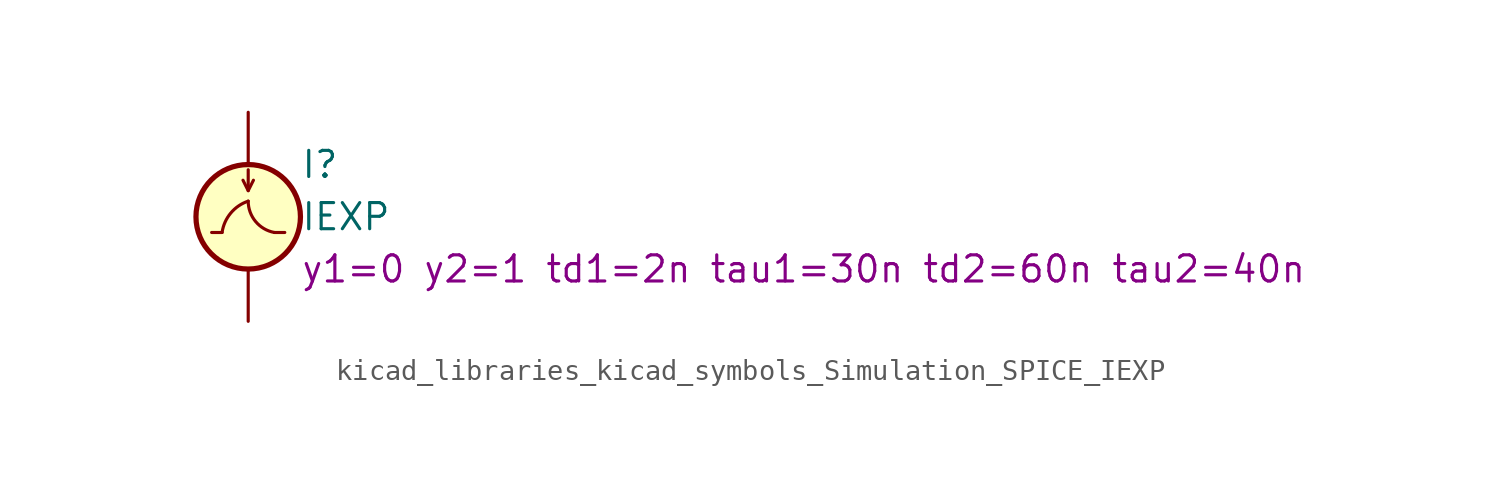
<source format=kicad_sym>
(kicad_symbol_lib
  (version 20220914)
  (generator kicad_symbol_editor)
  (symbol "kicad_libraries_kicad_symbols_Simulation_SPICE_IEXP"
    (pin_numbers hide)
    (pin_names
      (offset 0.025))
    (property "Reference" "I"
      (at 2.54 2.54 0)
      (effects (font (size 1.27 1.27)) (justify left)))
    (property "Value" "IEXP"
      (at 2.54 0 0)
      (effects (font (size 1.27 1.27)) (justify left)))
    (property "Sim.Params" "y1=0 y2=1 td1=2n tau1=30n td2=60n tau2=40n"
      (at 2.54 -2.54 0)
      (effects (font (size 1.27 1.27)) (justify left)))
    (symbol "kicad_libraries_kicad_symbols_Simulation_SPICE_IEXP_0_0"
      (polyline (pts (xy -1.27 -0.762) (xy -1.778 -0.762)) (stroke (width 0) (type default)) (fill (type none)))
      (polyline (pts (xy 1.27 -0.762) (xy 1.778 -0.762)) (stroke (width 0) (type default)) (fill (type none)))
      (arc (start 0 0.762) (mid -0.851 0.1794) (end -1.27 -0.762) (stroke (width 0) (type default)) (fill (type none)))
      (arc (start 0 0.762) (mid 0.3591 -0.2299) (end 1.27 -0.762) (stroke (width 0) (type default)) (fill (type none))))
    (symbol "kicad_libraries_kicad_symbols_Simulation_SPICE_IEXP_0_1"
      (polyline (pts (xy 0 1.27) (xy 0 2.286)) (stroke (width 0) (type default)) (fill (type none)))
      (polyline (pts (xy -0.254 1.778) (xy 0 1.27) (xy 0.254 1.778)) (stroke (width 0) (type default)) (fill (type none)))
      (circle (center 0 0) (radius 2.54) (stroke (width 0.254) (type default)) (fill (type background))))
    (symbol "kicad_libraries_kicad_symbols_Simulation_SPICE_IEXP_1_1"
      (pin passive line (at 0 5.08 270) (length 2.54) (name "~" (effects (font (size 1.27 1.27)))) (number "1" (effects (font (size 1.27 1.27)))))
      (pin passive line (at 0 -5.08 90) (length 2.54) (name "~" (effects (font (size 1.27 1.27)))) (number "2" (effects (font (size 1.27 1.27))))))))
</source>
